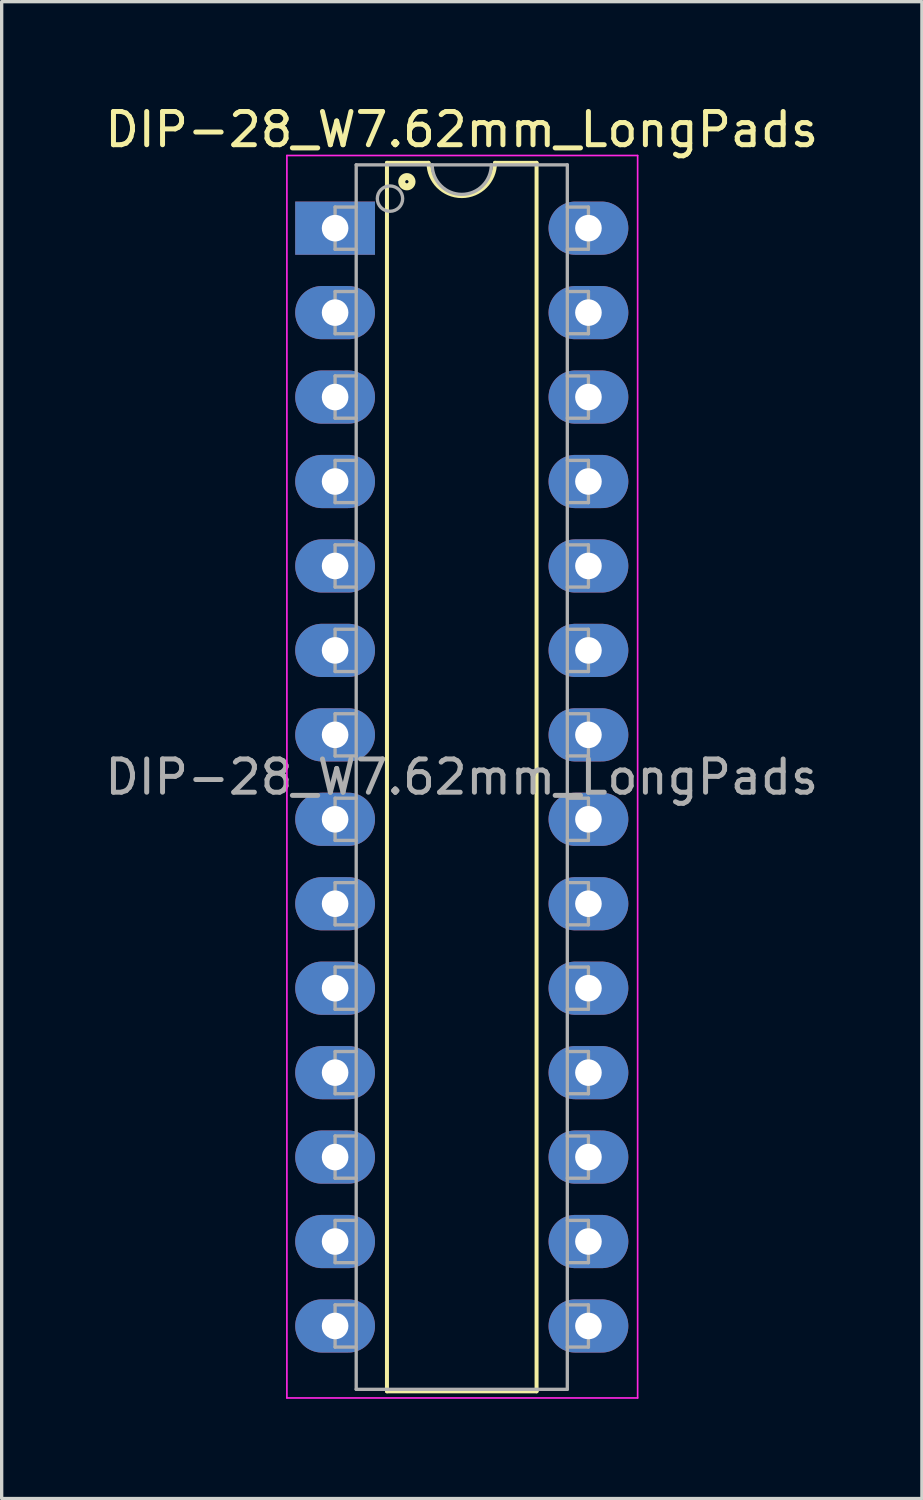
<source format=kicad_pcb>
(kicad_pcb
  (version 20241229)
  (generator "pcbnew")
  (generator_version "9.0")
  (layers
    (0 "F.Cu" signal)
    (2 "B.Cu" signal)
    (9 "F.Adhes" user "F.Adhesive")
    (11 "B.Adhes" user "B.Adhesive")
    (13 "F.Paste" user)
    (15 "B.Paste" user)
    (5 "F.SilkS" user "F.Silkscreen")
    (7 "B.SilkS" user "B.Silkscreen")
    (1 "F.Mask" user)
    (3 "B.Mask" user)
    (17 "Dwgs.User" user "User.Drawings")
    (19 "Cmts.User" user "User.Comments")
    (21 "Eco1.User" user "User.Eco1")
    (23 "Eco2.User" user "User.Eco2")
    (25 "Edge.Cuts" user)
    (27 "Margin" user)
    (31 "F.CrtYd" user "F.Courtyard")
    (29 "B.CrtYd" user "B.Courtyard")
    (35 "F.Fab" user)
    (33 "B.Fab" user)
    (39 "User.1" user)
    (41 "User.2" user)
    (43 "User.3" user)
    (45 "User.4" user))
  (footprint "DIP-28_W7.62mm_LongPads"
    (layer "F.Cu")
    (at 7.029 3.813)
    (property "Reference" "DIP-28_W7.62mm_LongPads" (at 3.81 -2.965 0) (layer "F.SilkS") (effects (font (size 1 1) (thickness 0.15))))
    (attr through_hole)
    (fp_line (start 1.56 -1.965) (end 1.56 34.985) (stroke (width 0.12) (type solid)) (layer "F.SilkS"))
    (fp_line (start 1.56 34.985) (end 6.06 34.985) (stroke (width 0.12) (type solid)) (layer "F.SilkS"))
    (fp_line (start 2.81 -1.965) (end 1.56 -1.965) (stroke (width 0.12) (type solid)) (layer "F.SilkS"))
    (fp_line (start 6.06 -1.965) (end 4.81 -1.965) (stroke (width 0.12) (type solid)) (layer "F.SilkS"))
    (fp_line (start 6.06 34.985) (end 6.06 -1.965) (stroke (width 0.12) (type solid)) (layer "F.SilkS"))
    (fp_arc (start 4.81 -1.965) (mid 3.81 -0.965) (end 2.81 -1.965) (stroke (width 0.12) (type solid)) (layer "F.SilkS"))
    (fp_circle (center 2.159 -1.397) (end 2.209 -1.397) (stroke (width 0.12) (type solid)) (fill no) (layer "F.SilkS"))
    (fp_circle (center 2.159 -1.397) (end 2.284 -1.397) (stroke (width 0.12) (type solid)) (fill no) (layer "F.SilkS"))
    (fp_circle (center 2.159 -1.397) (end 2.359 -1.397) (stroke (width 0.12) (type solid)) (fill no) (layer "F.SilkS"))
    (fp_line (start -1.45 -2.185) (end -1.45 35.185) (stroke (width 0.05) (type solid)) (layer "F.CrtYd"))
    (fp_line (start -1.45 35.185) (end 9.1 35.185) (stroke (width 0.05) (type solid)) (layer "F.CrtYd"))
    (fp_line (start 9.1 -2.185) (end -1.45 -2.185) (stroke (width 0.05) (type solid)) (layer "F.CrtYd"))
    (fp_line (start 9.1 35.185) (end 9.1 -2.185) (stroke (width 0.05) (type solid)) (layer "F.CrtYd"))
    (fp_line (start 0 -0.635) (end 0 0.635) (stroke (width 0.1) (type solid)) (layer "F.Fab"))
    (fp_line (start 0 -0.635) (end 0.635 -0.635) (stroke (width 0.1) (type solid)) (layer "F.Fab"))
    (fp_line (start 0 0.635) (end 0.635 0.635) (stroke (width 0.1) (type solid)) (layer "F.Fab"))
    (fp_line (start 0 1.905) (end 0 3.175) (stroke (width 0.1) (type solid)) (layer "F.Fab"))
    (fp_line (start 0 1.905) (end 0.635 1.905) (stroke (width 0.1) (type solid)) (layer "F.Fab"))
    (fp_line (start 0 3.175) (end 0.635 3.175) (stroke (width 0.1) (type solid)) (layer "F.Fab"))
    (fp_line (start 0 4.445) (end 0 5.715) (stroke (width 0.1) (type solid)) (layer "F.Fab"))
    (fp_line (start 0 4.445) (end 0.635 4.445) (stroke (width 0.1) (type solid)) (layer "F.Fab"))
    (fp_line (start 0 5.715) (end 0.635 5.715) (stroke (width 0.1) (type solid)) (layer "F.Fab"))
    (fp_line (start 0 6.985) (end 0 8.255) (stroke (width 0.1) (type solid)) (layer "F.Fab"))
    (fp_line (start 0 6.985) (end 0.635 6.985) (stroke (width 0.1) (type solid)) (layer "F.Fab"))
    (fp_line (start 0 8.255) (end 0.635 8.255) (stroke (width 0.1) (type solid)) (layer "F.Fab"))
    (fp_line (start 0 9.525) (end 0 10.795) (stroke (width 0.1) (type solid)) (layer "F.Fab"))
    (fp_line (start 0 9.525) (end 0.635 9.525) (stroke (width 0.1) (type solid)) (layer "F.Fab"))
    (fp_line (start 0 10.795) (end 0.635 10.795) (stroke (width 0.1) (type solid)) (layer "F.Fab"))
    (fp_line (start 0 12.065) (end 0 13.335) (stroke (width 0.1) (type solid)) (layer "F.Fab"))
    (fp_line (start 0 12.065) (end 0.635 12.065) (stroke (width 0.1) (type solid)) (layer "F.Fab"))
    (fp_line (start 0 13.335) (end 0.635 13.335) (stroke (width 0.1) (type solid)) (layer "F.Fab"))
    (fp_line (start 0 14.605) (end 0 15.875) (stroke (width 0.1) (type solid)) (layer "F.Fab"))
    (fp_line (start 0 14.605) (end 0.635 14.605) (stroke (width 0.1) (type solid)) (layer "F.Fab"))
    (fp_line (start 0 15.875) (end 0.635 15.875) (stroke (width 0.1) (type solid)) (layer "F.Fab"))
    (fp_line (start 0 17.145) (end 0 18.415) (stroke (width 0.1) (type solid)) (layer "F.Fab"))
    (fp_line (start 0 17.145) (end 0.635 17.145) (stroke (width 0.1) (type solid)) (layer "F.Fab"))
    (fp_line (start 0 18.415) (end 0.635 18.415) (stroke (width 0.1) (type solid)) (layer "F.Fab"))
    (fp_line (start 0 19.685) (end 0 20.955) (stroke (width 0.1) (type solid)) (layer "F.Fab"))
    (fp_line (start 0 19.685) (end 0.635 19.685) (stroke (width 0.1) (type solid)) (layer "F.Fab"))
    (fp_line (start 0 20.955) (end 0.635 20.955) (stroke (width 0.1) (type solid)) (layer "F.Fab"))
    (fp_line (start 0 22.225) (end 0 23.495) (stroke (width 0.1) (type solid)) (layer "F.Fab"))
    (fp_line (start 0 22.225) (end 0.635 22.225) (stroke (width 0.1) (type solid)) (layer "F.Fab"))
    (fp_line (start 0 23.495) (end 0.635 23.495) (stroke (width 0.1) (type solid)) (layer "F.Fab"))
    (fp_line (start 0 24.765) (end 0 26.035) (stroke (width 0.1) (type solid)) (layer "F.Fab"))
    (fp_line (start 0 24.765) (end 0.635 24.765) (stroke (width 0.1) (type solid)) (layer "F.Fab"))
    (fp_line (start 0 26.035) (end 0.635 26.035) (stroke (width 0.1) (type solid)) (layer "F.Fab"))
    (fp_line (start 0 27.305) (end 0 28.575) (stroke (width 0.1) (type solid)) (layer "F.Fab"))
    (fp_line (start 0 27.305) (end 0.635 27.305) (stroke (width 0.1) (type solid)) (layer "F.Fab"))
    (fp_line (start 0 28.575) (end 0.635 28.575) (stroke (width 0.1) (type solid)) (layer "F.Fab"))
    (fp_line (start 0 29.845) (end 0 31.115) (stroke (width 0.1) (type solid)) (layer "F.Fab"))
    (fp_line (start 0 29.845) (end 0.635 29.845) (stroke (width 0.1) (type solid)) (layer "F.Fab"))
    (fp_line (start 0 31.115) (end 0.635 31.115) (stroke (width 0.1) (type solid)) (layer "F.Fab"))
    (fp_line (start 0 32.385) (end 0 33.655) (stroke (width 0.1) (type solid)) (layer "F.Fab"))
    (fp_line (start 0 32.385) (end 0.635 32.385) (stroke (width 0.1) (type solid)) (layer "F.Fab"))
    (fp_line (start 0 33.655) (end 0.635 33.655) (stroke (width 0.1) (type solid)) (layer "F.Fab"))
    (fp_line (start 0.635 -1.905) (end 6.985 -1.905) (stroke (width 0.1) (type solid)) (layer "F.Fab"))
    (fp_line (start 0.635 34.925) (end 0.635 -1.905) (stroke (width 0.1) (type solid)) (layer "F.Fab"))
    (fp_line (start 6.985 -1.905) (end 6.985 34.925) (stroke (width 0.1) (type solid)) (layer "F.Fab"))
    (fp_line (start 6.985 34.925) (end 0.635 34.925) (stroke (width 0.1) (type solid)) (layer "F.Fab"))
    (fp_line (start 7.62 -0.635) (end 6.985 -0.635) (stroke (width 0.1) (type solid)) (layer "F.Fab"))
    (fp_line (start 7.62 0.635) (end 6.985 0.635) (stroke (width 0.1) (type solid)) (layer "F.Fab"))
    (fp_line (start 7.62 0.635) (end 7.62 -0.635) (stroke (width 0.1) (type solid)) (layer "F.Fab"))
    (fp_line (start 7.62 1.905) (end 6.985 1.905) (stroke (width 0.1) (type solid)) (layer "F.Fab"))
    (fp_line (start 7.62 3.175) (end 6.985 3.175) (stroke (width 0.1) (type solid)) (layer "F.Fab"))
    (fp_line (start 7.62 3.175) (end 7.62 1.905) (stroke (width 0.1) (type solid)) (layer "F.Fab"))
    (fp_line (start 7.62 4.445) (end 6.985 4.445) (stroke (width 0.1) (type solid)) (layer "F.Fab"))
    (fp_line (start 7.62 5.715) (end 6.985 5.715) (stroke (width 0.1) (type solid)) (layer "F.Fab"))
    (fp_line (start 7.62 5.715) (end 7.62 4.445) (stroke (width 0.1) (type solid)) (layer "F.Fab"))
    (fp_line (start 7.62 6.985) (end 6.985 6.985) (stroke (width 0.1) (type solid)) (layer "F.Fab"))
    (fp_line (start 7.62 8.255) (end 6.985 8.255) (stroke (width 0.1) (type solid)) (layer "F.Fab"))
    (fp_line (start 7.62 8.255) (end 7.62 6.985) (stroke (width 0.1) (type solid)) (layer "F.Fab"))
    (fp_line (start 7.62 9.525) (end 6.985 9.525) (stroke (width 0.1) (type solid)) (layer "F.Fab"))
    (fp_line (start 7.62 10.795) (end 6.985 10.795) (stroke (width 0.1) (type solid)) (layer "F.Fab"))
    (fp_line (start 7.62 10.795) (end 7.62 9.525) (stroke (width 0.1) (type solid)) (layer "F.Fab"))
    (fp_line (start 7.62 12.065) (end 6.985 12.065) (stroke (width 0.1) (type solid)) (layer "F.Fab"))
    (fp_line (start 7.62 13.335) (end 6.985 13.335) (stroke (width 0.1) (type solid)) (layer "F.Fab"))
    (fp_line (start 7.62 13.335) (end 7.62 12.065) (stroke (width 0.1) (type solid)) (layer "F.Fab"))
    (fp_line (start 7.62 14.605) (end 6.985 14.605) (stroke (width 0.1) (type solid)) (layer "F.Fab"))
    (fp_line (start 7.62 15.875) (end 6.985 15.875) (stroke (width 0.1) (type solid)) (layer "F.Fab"))
    (fp_line (start 7.62 15.875) (end 7.62 14.605) (stroke (width 0.1) (type solid)) (layer "F.Fab"))
    (fp_line (start 7.62 17.145) (end 6.985 17.145) (stroke (width 0.1) (type solid)) (layer "F.Fab"))
    (fp_line (start 7.62 18.415) (end 6.985 18.415) (stroke (width 0.1) (type solid)) (layer "F.Fab"))
    (fp_line (start 7.62 18.415) (end 7.62 17.145) (stroke (width 0.1) (type solid)) (layer "F.Fab"))
    (fp_line (start 7.62 19.685) (end 6.985 19.685) (stroke (width 0.1) (type solid)) (layer "F.Fab"))
    (fp_line (start 7.62 20.955) (end 6.985 20.955) (stroke (width 0.1) (type solid)) (layer "F.Fab"))
    (fp_line (start 7.62 20.955) (end 7.62 19.685) (stroke (width 0.1) (type solid)) (layer "F.Fab"))
    (fp_line (start 7.62 22.225) (end 6.985 22.225) (stroke (width 0.1) (type solid)) (layer "F.Fab"))
    (fp_line (start 7.62 23.495) (end 6.985 23.495) (stroke (width 0.1) (type solid)) (layer "F.Fab"))
    (fp_line (start 7.62 23.495) (end 7.62 22.225) (stroke (width 0.1) (type solid)) (layer "F.Fab"))
    (fp_line (start 7.62 24.765) (end 6.985 24.765) (stroke (width 0.1) (type solid)) (layer "F.Fab"))
    (fp_line (start 7.62 26.035) (end 6.985 26.035) (stroke (width 0.1) (type solid)) (layer "F.Fab"))
    (fp_line (start 7.62 26.035) (end 7.62 24.765) (stroke (width 0.1) (type solid)) (layer "F.Fab"))
    (fp_line (start 7.62 27.305) (end 6.985 27.305) (stroke (width 0.1) (type solid)) (layer "F.Fab"))
    (fp_line (start 7.62 28.575) (end 6.985 28.575) (stroke (width 0.1) (type solid)) (layer "F.Fab"))
    (fp_line (start 7.62 28.575) (end 7.62 27.305) (stroke (width 0.1) (type solid)) (layer "F.Fab"))
    (fp_line (start 7.62 29.845) (end 6.985 29.845) (stroke (width 0.1) (type solid)) (layer "F.Fab"))
    (fp_line (start 7.62 31.115) (end 6.985 31.115) (stroke (width 0.1) (type solid)) (layer "F.Fab"))
    (fp_line (start 7.62 31.115) (end 7.62 29.845) (stroke (width 0.1) (type solid)) (layer "F.Fab"))
    (fp_line (start 7.62 32.385) (end 6.985 32.385) (stroke (width 0.1) (type solid)) (layer "F.Fab"))
    (fp_line (start 7.62 33.655) (end 6.985 33.655) (stroke (width 0.1) (type solid)) (layer "F.Fab"))
    (fp_line (start 7.62 33.655) (end 7.62 32.385) (stroke (width 0.1) (type solid)) (layer "F.Fab"))
    (fp_arc (start 4.699 -1.905) (mid 3.81 -1.016) (end 2.921 -1.905) (stroke (width 0.1) (type solid)) (layer "F.Fab"))
    (fp_circle (center 1.651 -0.889) (end 2.032 -0.889) (stroke (width 0.1) (type solid)) (fill no) (layer "F.Fab"))
    (fp_text user "${REFERENCE}" (at 3.81 16.51 0) (layer "F.Fab") (effects (font (size 1 1) (thickness 0.15))))
    (pad "1" thru_hole rect (at 0 0) (size 2.4 1.6) (drill 0.8) (layers "*.Cu" "*.Mask"))
    (pad "2" thru_hole oval (at 0 2.54) (size 2.4 1.6) (drill 0.8) (layers "*.Cu" "*.Mask"))
    (pad "3" thru_hole oval (at 0 5.08) (size 2.4 1.6) (drill 0.8) (layers "*.Cu" "*.Mask"))
    (pad "4" thru_hole oval (at 0 7.62) (size 2.4 1.6) (drill 0.8) (layers "*.Cu" "*.Mask"))
    (pad "5" thru_hole oval (at 0 10.16) (size 2.4 1.6) (drill 0.8) (layers "*.Cu" "*.Mask"))
    (pad "6" thru_hole oval (at 0 12.7) (size 2.4 1.6) (drill 0.8) (layers "*.Cu" "*.Mask"))
    (pad "7" thru_hole oval (at 0 15.24) (size 2.4 1.6) (drill 0.8) (layers "*.Cu" "*.Mask"))
    (pad "8" thru_hole oval (at 0 17.78) (size 2.4 1.6) (drill 0.8) (layers "*.Cu" "*.Mask"))
    (pad "9" thru_hole oval (at 0 20.32) (size 2.4 1.6) (drill 0.8) (layers "*.Cu" "*.Mask"))
    (pad "10" thru_hole oval (at 0 22.86) (size 2.4 1.6) (drill 0.8) (layers "*.Cu" "*.Mask"))
    (pad "11" thru_hole oval (at 0 25.4) (size 2.4 1.6) (drill 0.8) (layers "*.Cu" "*.Mask"))
    (pad "12" thru_hole oval (at 0 27.94) (size 2.4 1.6) (drill 0.8) (layers "*.Cu" "*.Mask"))
    (pad "13" thru_hole oval (at 0 30.48) (size 2.4 1.6) (drill 0.8) (layers "*.Cu" "*.Mask"))
    (pad "14" thru_hole oval (at 0 33.02) (size 2.4 1.6) (drill 0.8) (layers "*.Cu" "*.Mask"))
    (pad "15" thru_hole oval (at 7.62 33.02) (size 2.4 1.6) (drill 0.8) (layers "*.Cu" "*.Mask"))
    (pad "16" thru_hole oval (at 7.62 30.48) (size 2.4 1.6) (drill 0.8) (layers "*.Cu" "*.Mask"))
    (pad "17" thru_hole oval (at 7.62 27.94) (size 2.4 1.6) (drill 0.8) (layers "*.Cu" "*.Mask"))
    (pad "18" thru_hole oval (at 7.62 25.4) (size 2.4 1.6) (drill 0.8) (layers "*.Cu" "*.Mask"))
    (pad "19" thru_hole oval (at 7.62 22.86) (size 2.4 1.6) (drill 0.8) (layers "*.Cu" "*.Mask"))
    (pad "20" thru_hole oval (at 7.62 20.32) (size 2.4 1.6) (drill 0.8) (layers "*.Cu" "*.Mask"))
    (pad "21" thru_hole oval (at 7.62 17.78) (size 2.4 1.6) (drill 0.8) (layers "*.Cu" "*.Mask"))
    (pad "22" thru_hole oval (at 7.62 15.24) (size 2.4 1.6) (drill 0.8) (layers "*.Cu" "*.Mask"))
    (pad "23" thru_hole oval (at 7.62 12.7) (size 2.4 1.6) (drill 0.8) (layers "*.Cu" "*.Mask"))
    (pad "24" thru_hole oval (at 7.62 10.16) (size 2.4 1.6) (drill 0.8) (layers "*.Cu" "*.Mask"))
    (pad "25" thru_hole oval (at 7.62 7.62) (size 2.4 1.6) (drill 0.8) (layers "*.Cu" "*.Mask"))
    (pad "26" thru_hole oval (at 7.62 5.08) (size 2.4 1.6) (drill 0.8) (layers "*.Cu" "*.Mask"))
    (pad "27" thru_hole oval (at 7.62 2.54) (size 2.4 1.6) (drill 0.8) (layers "*.Cu" "*.Mask"))
    (pad "28" thru_hole oval (at 7.62 0) (size 2.4 1.6) (drill 0.8) (layers "*.Cu" "*.Mask")))
  (gr_rect
    (start -3 -3)
    (end 24.679 42.023)
    (stroke (width 0.1) (type default))
    (fill no)
    (layer "Edge.Cuts")))
</source>
